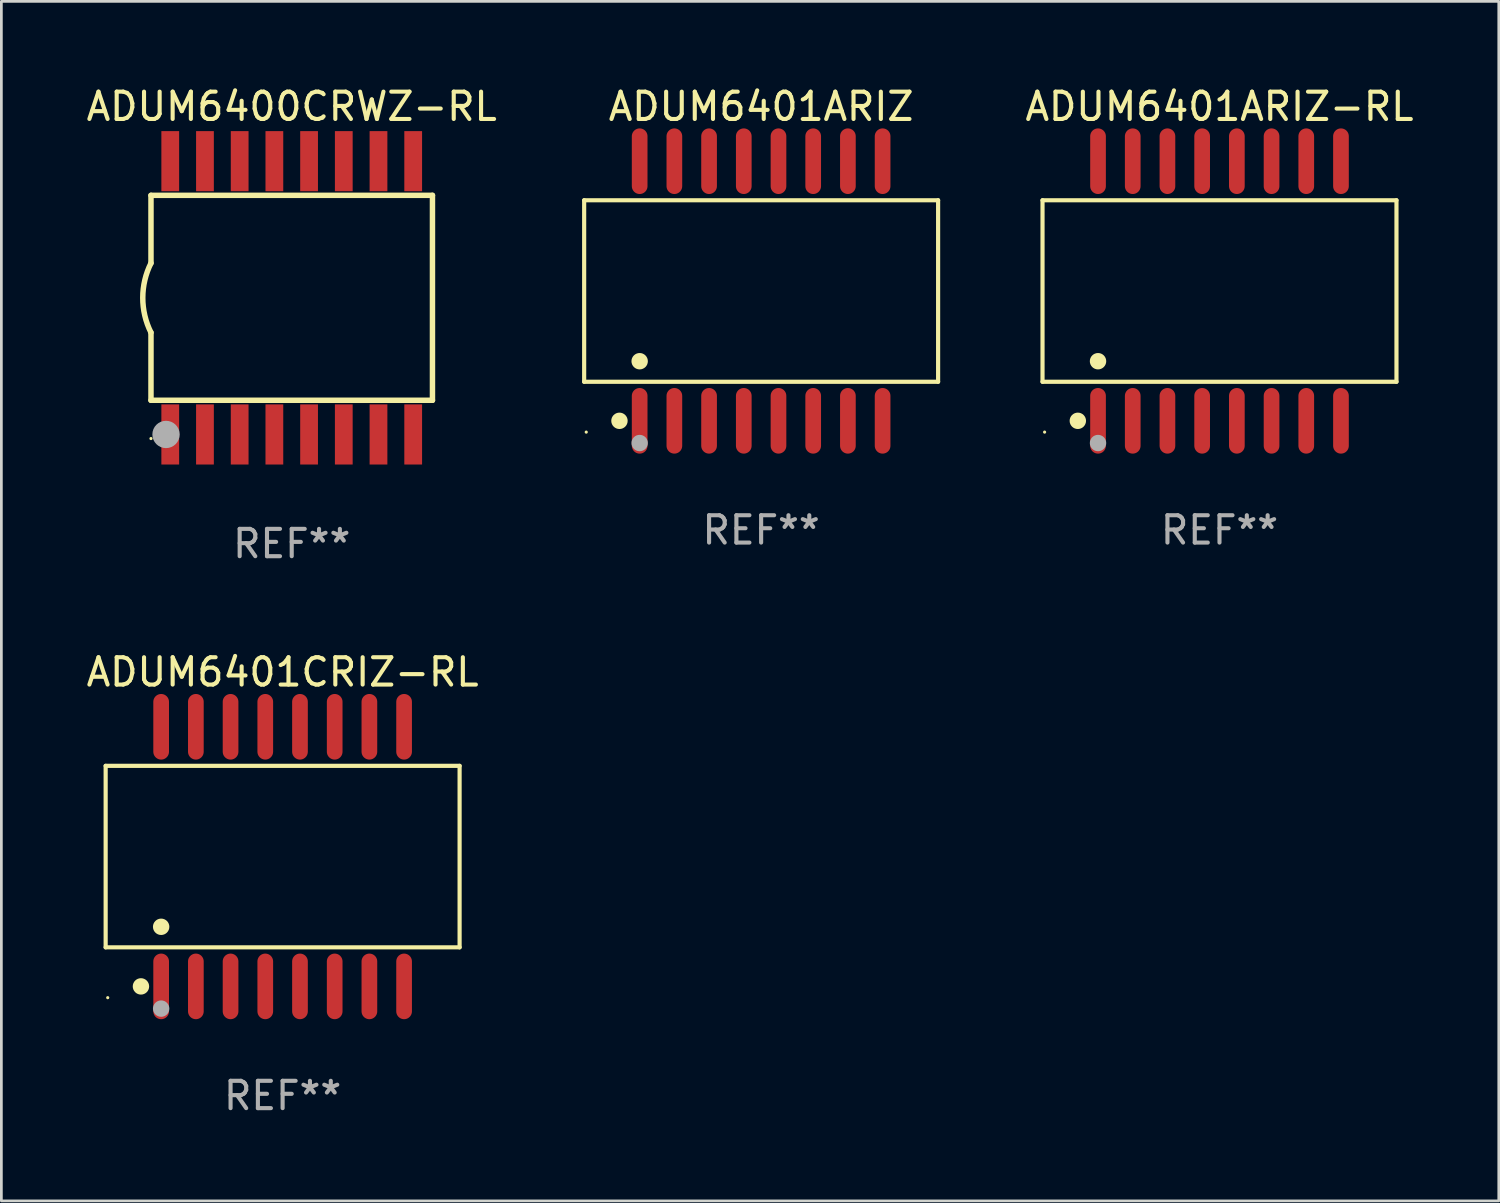
<source format=kicad_pcb>
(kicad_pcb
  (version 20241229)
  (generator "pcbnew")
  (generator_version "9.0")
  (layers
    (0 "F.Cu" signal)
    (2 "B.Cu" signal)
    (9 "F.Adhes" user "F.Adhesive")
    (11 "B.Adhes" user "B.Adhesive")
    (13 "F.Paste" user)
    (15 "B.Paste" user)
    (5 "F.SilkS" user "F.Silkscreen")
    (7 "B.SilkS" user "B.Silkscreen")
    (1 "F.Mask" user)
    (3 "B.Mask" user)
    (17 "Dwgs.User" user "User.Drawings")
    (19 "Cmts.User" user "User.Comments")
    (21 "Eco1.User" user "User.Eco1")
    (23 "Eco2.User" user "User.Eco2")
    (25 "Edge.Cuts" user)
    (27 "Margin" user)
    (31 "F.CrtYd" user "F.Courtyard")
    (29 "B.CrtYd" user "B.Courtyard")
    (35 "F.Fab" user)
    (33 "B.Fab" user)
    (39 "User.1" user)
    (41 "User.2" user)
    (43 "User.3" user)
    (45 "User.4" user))
  (footprint "ADUM6400CRWZ-RL"
    (layer "F.Cu")
    (at 7.625 7.848)
    (property "Reference" "ADUM6400CRWZ-RL" (at 0 -7 0) (layer "F.SilkS") (effects (font (size 1 1) (thickness 0.15))))
    (attr through_hole)
    (fp_line (start -5.15 -3.75) (end -5.15 -1.27) (stroke (width 0.2) (type solid)) (layer "F.SilkS"))
    (fp_line (start -5.15 -3.75) (end 5.15 -3.75) (stroke (width 0.2) (type solid)) (layer "F.SilkS"))
    (fp_line (start -5.15 3.75) (end -5.15 1.27) (stroke (width 0.2) (type solid)) (layer "F.SilkS"))
    (fp_line (start 5.15 -3.75) (end 5.15 3.75) (stroke (width 0.2) (type solid)) (layer "F.SilkS"))
    (fp_line (start 5.15 3.75) (end -5.15 3.75) (stroke (width 0.2) (type solid)) (layer "F.SilkS"))
    (fp_arc (start -5.151131 1.270003) (mid -5.450556 -0.000132) (end -5.150013 -1.270003) (stroke (width 0.2) (type solid)) (layer "F.SilkS"))
    (fp_circle (center -5.15 5.15) (end -5.12 5.15) (stroke (width 0.06) (type solid)) (fill no) (layer "F.SilkS"))
    (fp_circle (center -4.6 5) (end -4.35 5) (stroke (width 0.5) (type solid)) (fill no) (layer "F.Fab"))
    (fp_text user "REF**" (at 0 9 0) (layer "F.Fab") (effects (font (size 1 1) (thickness 0.15))))
    (pad "1" smd rect (at -4.445 5) (size 0.65 2.2) (layers "F.Cu" "F.Mask" "F.Paste"))
    (pad "2" smd rect (at -3.175 5) (size 0.65 2.2) (layers "F.Cu" "F.Mask" "F.Paste"))
    (pad "3" smd rect (at -1.905 5) (size 0.65 2.2) (layers "F.Cu" "F.Mask" "F.Paste"))
    (pad "4" smd rect (at -0.635 5) (size 0.65 2.2) (layers "F.Cu" "F.Mask" "F.Paste"))
    (pad "5" smd rect (at 0.635 5) (size 0.65 2.2) (layers "F.Cu" "F.Mask" "F.Paste"))
    (pad "6" smd rect (at 1.905 5) (size 0.65 2.2) (layers "F.Cu" "F.Mask" "F.Paste"))
    (pad "7" smd rect (at 3.175 5) (size 0.65 2.2) (layers "F.Cu" "F.Mask" "F.Paste"))
    (pad "8" smd rect (at 4.445 5) (size 0.65 2.2) (layers "F.Cu" "F.Mask" "F.Paste"))
    (pad "9" smd rect (at 4.445 -5) (size 0.65 2.2) (layers "F.Cu" "F.Mask" "F.Paste"))
    (pad "10" smd rect (at 3.175 -5) (size 0.65 2.2) (layers "F.Cu" "F.Mask" "F.Paste"))
    (pad "11" smd rect (at 1.905 -5) (size 0.65 2.2) (layers "F.Cu" "F.Mask" "F.Paste"))
    (pad "12" smd rect (at 0.635 -5) (size 0.65 2.2) (layers "F.Cu" "F.Mask" "F.Paste"))
    (pad "13" smd rect (at -0.635 -5) (size 0.65 2.2) (layers "F.Cu" "F.Mask" "F.Paste"))
    (pad "14" smd rect (at -1.905 -5) (size 0.65 2.2) (layers "F.Cu" "F.Mask" "F.Paste"))
    (pad "15" smd rect (at -3.175 -5) (size 0.65 2.2) (layers "F.Cu" "F.Mask" "F.Paste"))
    (pad "16" smd rect (at -4.445 -5) (size 0.65 2.2) (layers "F.Cu" "F.Mask" "F.Paste")))
  (footprint "ADUM6401ARIZ-RL"
    (layer "F.Cu")
    (at 41.575 7.599)
    (property "Reference" "ADUM6401ARIZ-RL" (at 0 -6.75 0) (layer "F.SilkS") (effects (font (size 1 1) (thickness 0.15))))
    (attr through_hole)
    (fp_line (start -6.476 -3.321) (end 6.476 -3.321) (stroke (width 0.152) (type solid)) (layer "F.SilkS"))
    (fp_line (start -6.476 3.321) (end -6.476 -3.321) (stroke (width 0.152) (type solid)) (layer "F.SilkS"))
    (fp_line (start 6.476 -3.321) (end 6.476 3.321) (stroke (width 0.152) (type solid)) (layer "F.SilkS"))
    (fp_line (start 6.476 3.321) (end -6.476 3.321) (stroke (width 0.152) (type solid)) (layer "F.SilkS"))
    (fp_circle (center -6.4 5.163) (end -6.37 5.163) (stroke (width 0.06) (type solid)) (fill no) (layer "F.SilkS"))
    (fp_circle (center -5.184 4.75) (end -5.034 4.75) (stroke (width 0.3) (type solid)) (fill no) (layer "F.SilkS"))
    (fp_circle (center -4.445 2.569) (end -4.295 2.569) (stroke (width 0.3) (type solid)) (fill no) (layer "F.SilkS"))
    (fp_circle (center -4.445 5.563) (end -4.295 5.563) (stroke (width 0.3) (type solid)) (fill no) (layer "F.Fab"))
    (fp_text user "REF**" (at 0 8.75 0) (layer "F.Fab") (effects (font (size 1 1) (thickness 0.15))))
    (pad "1" smd oval (at -4.445 4.75) (size 0.574 2.401) (layers "F.Cu" "F.Mask" "F.Paste"))
    (pad "2" smd oval (at -3.175 4.75) (size 0.574 2.401) (layers "F.Cu" "F.Mask" "F.Paste"))
    (pad "3" smd oval (at -1.905 4.75) (size 0.574 2.401) (layers "F.Cu" "F.Mask" "F.Paste"))
    (pad "4" smd oval (at -0.635 4.75) (size 0.574 2.401) (layers "F.Cu" "F.Mask" "F.Paste"))
    (pad "5" smd oval (at 0.635 4.75) (size 0.574 2.401) (layers "F.Cu" "F.Mask" "F.Paste"))
    (pad "6" smd oval (at 1.905 4.75) (size 0.574 2.401) (layers "F.Cu" "F.Mask" "F.Paste"))
    (pad "7" smd oval (at 3.175 4.75) (size 0.574 2.401) (layers "F.Cu" "F.Mask" "F.Paste"))
    (pad "8" smd oval (at 4.445 4.75) (size 0.574 2.401) (layers "F.Cu" "F.Mask" "F.Paste"))
    (pad "9" smd oval (at 4.445 -4.75) (size 0.574 2.401) (layers "F.Cu" "F.Mask" "F.Paste"))
    (pad "10" smd oval (at 3.175 -4.75) (size 0.574 2.401) (layers "F.Cu" "F.Mask" "F.Paste"))
    (pad "11" smd oval (at 1.905 -4.75) (size 0.574 2.401) (layers "F.Cu" "F.Mask" "F.Paste"))
    (pad "12" smd oval (at 0.635 -4.75) (size 0.574 2.401) (layers "F.Cu" "F.Mask" "F.Paste"))
    (pad "13" smd oval (at -0.635 -4.75) (size 0.574 2.401) (layers "F.Cu" "F.Mask" "F.Paste"))
    (pad "14" smd oval (at -1.905 -4.75) (size 0.574 2.401) (layers "F.Cu" "F.Mask" "F.Paste"))
    (pad "15" smd oval (at -3.175 -4.75) (size 0.574 2.401) (layers "F.Cu" "F.Mask" "F.Paste"))
    (pad "16" smd oval (at -4.445 -4.75) (size 0.574 2.401) (layers "F.Cu" "F.Mask" "F.Paste")))
  (footprint "ADUM6401ARIZ"
    (layer "F.Cu")
    (at 24.802 7.599)
    (property "Reference" "ADUM6401ARIZ" (at 0 -6.75 0) (layer "F.SilkS") (effects (font (size 1 1) (thickness 0.15))))
    (attr through_hole)
    (fp_line (start -6.476 -3.321) (end 6.476 -3.321) (stroke (width 0.152) (type solid)) (layer "F.SilkS"))
    (fp_line (start -6.476 3.321) (end -6.476 -3.321) (stroke (width 0.152) (type solid)) (layer "F.SilkS"))
    (fp_line (start 6.476 -3.321) (end 6.476 3.321) (stroke (width 0.152) (type solid)) (layer "F.SilkS"))
    (fp_line (start 6.476 3.321) (end -6.476 3.321) (stroke (width 0.152) (type solid)) (layer "F.SilkS"))
    (fp_circle (center -6.4 5.163) (end -6.37 5.163) (stroke (width 0.06) (type solid)) (fill no) (layer "F.SilkS"))
    (fp_circle (center -5.184 4.75) (end -5.034 4.75) (stroke (width 0.3) (type solid)) (fill no) (layer "F.SilkS"))
    (fp_circle (center -4.445 2.569) (end -4.295 2.569) (stroke (width 0.3) (type solid)) (fill no) (layer "F.SilkS"))
    (fp_circle (center -4.445 5.563) (end -4.295 5.563) (stroke (width 0.3) (type solid)) (fill no) (layer "F.Fab"))
    (fp_text user "REF**" (at 0 8.75 0) (layer "F.Fab") (effects (font (size 1 1) (thickness 0.15))))
    (pad "1" smd oval (at -4.445 4.75) (size 0.574 2.401) (layers "F.Cu" "F.Mask" "F.Paste"))
    (pad "2" smd oval (at -3.175 4.75) (size 0.574 2.401) (layers "F.Cu" "F.Mask" "F.Paste"))
    (pad "3" smd oval (at -1.905 4.75) (size 0.574 2.401) (layers "F.Cu" "F.Mask" "F.Paste"))
    (pad "4" smd oval (at -0.635 4.75) (size 0.574 2.401) (layers "F.Cu" "F.Mask" "F.Paste"))
    (pad "5" smd oval (at 0.635 4.75) (size 0.574 2.401) (layers "F.Cu" "F.Mask" "F.Paste"))
    (pad "6" smd oval (at 1.905 4.75) (size 0.574 2.401) (layers "F.Cu" "F.Mask" "F.Paste"))
    (pad "7" smd oval (at 3.175 4.75) (size 0.574 2.401) (layers "F.Cu" "F.Mask" "F.Paste"))
    (pad "8" smd oval (at 4.445 4.75) (size 0.574 2.401) (layers "F.Cu" "F.Mask" "F.Paste"))
    (pad "9" smd oval (at 4.445 -4.75) (size 0.574 2.401) (layers "F.Cu" "F.Mask" "F.Paste"))
    (pad "10" smd oval (at 3.175 -4.75) (size 0.574 2.401) (layers "F.Cu" "F.Mask" "F.Paste"))
    (pad "11" smd oval (at 1.905 -4.75) (size 0.574 2.401) (layers "F.Cu" "F.Mask" "F.Paste"))
    (pad "12" smd oval (at 0.635 -4.75) (size 0.574 2.401) (layers "F.Cu" "F.Mask" "F.Paste"))
    (pad "13" smd oval (at -0.635 -4.75) (size 0.574 2.401) (layers "F.Cu" "F.Mask" "F.Paste"))
    (pad "14" smd oval (at -1.905 -4.75) (size 0.574 2.401) (layers "F.Cu" "F.Mask" "F.Paste"))
    (pad "15" smd oval (at -3.175 -4.75) (size 0.574 2.401) (layers "F.Cu" "F.Mask" "F.Paste"))
    (pad "16" smd oval (at -4.445 -4.75) (size 0.574 2.401) (layers "F.Cu" "F.Mask" "F.Paste")))
  (footprint "ADUM6401CRIZ-RL"
    (layer "F.Cu")
    (at 7.292 28.295)
    (property "Reference" "ADUM6401CRIZ-RL" (at 0 -6.75 0) (layer "F.SilkS") (effects (font (size 1 1) (thickness 0.15))))
    (attr through_hole)
    (fp_line (start -6.476 -3.321) (end 6.476 -3.321) (stroke (width 0.152) (type solid)) (layer "F.SilkS"))
    (fp_line (start -6.476 3.321) (end -6.476 -3.321) (stroke (width 0.152) (type solid)) (layer "F.SilkS"))
    (fp_line (start 6.476 -3.321) (end 6.476 3.321) (stroke (width 0.152) (type solid)) (layer "F.SilkS"))
    (fp_line (start 6.476 3.321) (end -6.476 3.321) (stroke (width 0.152) (type solid)) (layer "F.SilkS"))
    (fp_circle (center -6.4 5.163) (end -6.37 5.163) (stroke (width 0.06) (type solid)) (fill no) (layer "F.SilkS"))
    (fp_circle (center -5.184 4.75) (end -5.034 4.75) (stroke (width 0.3) (type solid)) (fill no) (layer "F.SilkS"))
    (fp_circle (center -4.445 2.569) (end -4.295 2.569) (stroke (width 0.3) (type solid)) (fill no) (layer "F.SilkS"))
    (fp_circle (center -4.445 5.563) (end -4.295 5.563) (stroke (width 0.3) (type solid)) (fill no) (layer "F.Fab"))
    (fp_text user "REF**" (at 0 8.75 0) (layer "F.Fab") (effects (font (size 1 1) (thickness 0.15))))
    (pad "1" smd oval (at -4.445 4.75) (size 0.574 2.401) (layers "F.Cu" "F.Mask" "F.Paste"))
    (pad "2" smd oval (at -3.175 4.75) (size 0.574 2.401) (layers "F.Cu" "F.Mask" "F.Paste"))
    (pad "3" smd oval (at -1.905 4.75) (size 0.574 2.401) (layers "F.Cu" "F.Mask" "F.Paste"))
    (pad "4" smd oval (at -0.635 4.75) (size 0.574 2.401) (layers "F.Cu" "F.Mask" "F.Paste"))
    (pad "5" smd oval (at 0.635 4.75) (size 0.574 2.401) (layers "F.Cu" "F.Mask" "F.Paste"))
    (pad "6" smd oval (at 1.905 4.75) (size 0.574 2.401) (layers "F.Cu" "F.Mask" "F.Paste"))
    (pad "7" smd oval (at 3.175 4.75) (size 0.574 2.401) (layers "F.Cu" "F.Mask" "F.Paste"))
    (pad "8" smd oval (at 4.445 4.75) (size 0.574 2.401) (layers "F.Cu" "F.Mask" "F.Paste"))
    (pad "9" smd oval (at 4.445 -4.75) (size 0.574 2.401) (layers "F.Cu" "F.Mask" "F.Paste"))
    (pad "10" smd oval (at 3.175 -4.75) (size 0.574 2.401) (layers "F.Cu" "F.Mask" "F.Paste"))
    (pad "11" smd oval (at 1.905 -4.75) (size 0.574 2.401) (layers "F.Cu" "F.Mask" "F.Paste"))
    (pad "12" smd oval (at 0.635 -4.75) (size 0.574 2.401) (layers "F.Cu" "F.Mask" "F.Paste"))
    (pad "13" smd oval (at -0.635 -4.75) (size 0.574 2.401) (layers "F.Cu" "F.Mask" "F.Paste"))
    (pad "14" smd oval (at -1.905 -4.75) (size 0.574 2.401) (layers "F.Cu" "F.Mask" "F.Paste"))
    (pad "15" smd oval (at -3.175 -4.75) (size 0.574 2.401) (layers "F.Cu" "F.Mask" "F.Paste"))
    (pad "16" smd oval (at -4.445 -4.75) (size 0.574 2.401) (layers "F.Cu" "F.Mask" "F.Paste")))
  (gr_rect
    (start -3 -3)
    (end 51.795 40.894)
    (stroke (width 0.1) (type default))
    (fill no)
    (layer "Edge.Cuts")))
</source>
